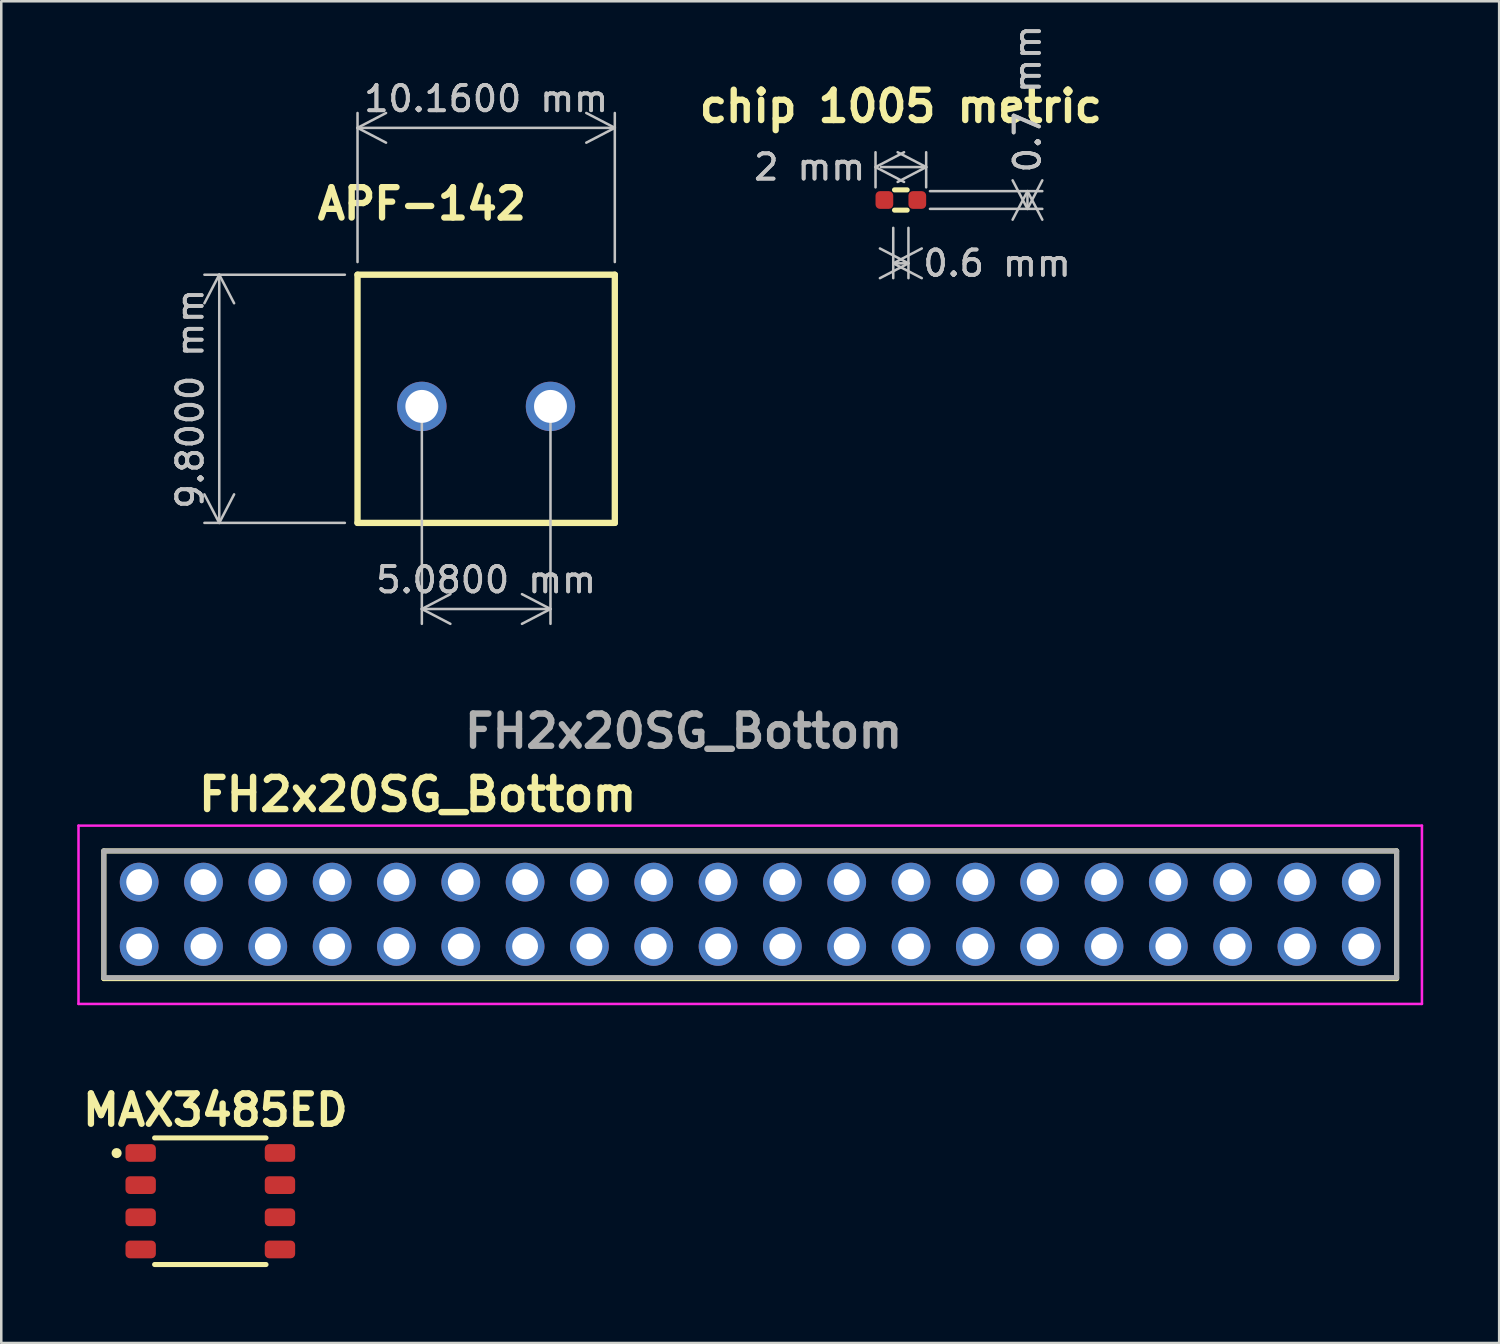
<source format=kicad_pcb>
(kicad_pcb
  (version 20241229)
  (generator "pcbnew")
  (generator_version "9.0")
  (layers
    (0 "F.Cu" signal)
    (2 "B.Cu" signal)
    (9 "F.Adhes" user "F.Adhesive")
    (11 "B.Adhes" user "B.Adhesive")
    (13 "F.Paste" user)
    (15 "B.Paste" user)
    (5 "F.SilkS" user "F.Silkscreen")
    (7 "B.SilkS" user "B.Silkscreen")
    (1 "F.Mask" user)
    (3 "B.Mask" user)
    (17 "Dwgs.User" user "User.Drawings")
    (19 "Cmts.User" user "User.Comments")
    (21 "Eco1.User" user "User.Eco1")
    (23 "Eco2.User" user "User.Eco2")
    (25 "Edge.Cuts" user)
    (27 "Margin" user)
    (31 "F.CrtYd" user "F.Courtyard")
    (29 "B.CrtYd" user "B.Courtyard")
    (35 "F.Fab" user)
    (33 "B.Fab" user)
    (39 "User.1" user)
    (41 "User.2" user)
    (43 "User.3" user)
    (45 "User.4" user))
  (footprint "APF-142"
    (layer "F.Cu")
    (at 13.608 12.998)
    (property "Reference" "APF-142" (at 0 -8 0) (unlocked yes) (layer "F.SilkS") (effects (font (size 1.2 1.2) (thickness 0.25))))
    (attr through_hole)
    (fp_line (start -2.54 -5.2) (end -2.54 4.6) (stroke (width 0.25) (type default)) (layer "F.SilkS"))
    (fp_line (start -2.54 -5.2) (end 7.62 -5.2) (stroke (width 0.25) (type default)) (layer "F.SilkS"))
    (fp_line (start 7.62 -5.2) (end 7.62 4.6) (stroke (width 0.25) (type default)) (layer "F.SilkS"))
    (fp_line (start 7.62 4.6) (end -2.54 4.6) (stroke (width 0.25) (type default)) (layer "F.SilkS"))
    (dimension (type aligned) (layer "Dwgs.User") (pts (xy 13.608 12.998) (xy 18.688 12.998)) (height 8) (format (prefix "") (suffix "") (units 3) (units_format 1) (precision 4)) (style (thickness 0.1) (arrow_length 1.27) (text_position_mode 0) (arrow_direction outward) (extension_height 0.586) (extension_offset 0.5) (keep_text_aligned yes)) (gr_text "5.0800 mm" (at 16.148 19.848 0) (layer "Dwgs.User") (effects (font (size 1 1) (thickness 0.15)))))
    (dimension (type aligned) (layer "Dwgs.User") (pts (xy 11.068 7.798) (xy 11.068 17.598)) (height 5.46) (format (prefix "") (suffix "") (units 3) (units_format 1) (precision 4)) (style (thickness 0.1) (arrow_length 1.27) (text_position_mode 0) (arrow_direction outward) (extension_height 0.586) (extension_offset 0.5) (keep_text_aligned yes)) (gr_text "9.8000 mm" (at 4.458 12.698 90) (layer "Dwgs.User") (effects (font (size 1 1) (thickness 0.15)))))
    (dimension (type aligned) (layer "Dwgs.User") (pts (xy 11.068 7.798) (xy 21.228 7.798)) (height -5.8) (format (prefix "") (suffix "") (units 3) (units_format 1) (precision 4)) (style (thickness 0.1) (arrow_length 1.27) (text_position_mode 0) (arrow_direction outward) (extension_height 0.586) (extension_offset 0.5) (keep_text_aligned yes)) (gr_text "10.1600 mm" (at 16.148 0.848 0) (layer "Dwgs.User") (effects (font (size 1 1) (thickness 0.15)))))
    (pad "1" thru_hole circle (at 0 0) (size 1.95 1.95) (drill 1.3) (layers "*.Cu" "*.Mask"))
    (pad "2" thru_hole circle (at 5.08 0) (size 1.95 1.95) (drill 1.3) (layers "*.Cu" "*.Mask")))
  (footprint "MAX3485ED"
    (layer "F.Cu")
    (at 5.255 44.384)
    (property "Reference" "MAX3485ED" (at 0.2 -3.6 0) (unlocked yes) (layer "F.SilkS") (effects (font (size 1.2 1.2) (thickness 0.25))))
    (attr smd)
    (fp_line (start -2.2 -2.5) (end 2.2 -2.5) (stroke (width 0.2) (type default)) (layer "F.SilkS"))
    (fp_line (start -2.2 2.5) (end 2.2 2.5) (stroke (width 0.2) (type default)) (layer "F.SilkS"))
    (fp_circle (center -3.7 -1.9) (end -3.6 -1.9) (stroke (width 0.2) (type default)) (fill no) (layer "F.SilkS"))
    (pad "1" smd roundrect (at -2.75 -1.905) (size 1.2 0.7) (layers "F.Cu" "F.Mask" "F.Paste") (roundrect_rratio 0.25))
    (pad "2" smd roundrect (at -2.75 -0.635) (size 1.2 0.7) (layers "F.Cu" "F.Mask" "F.Paste") (roundrect_rratio 0.25))
    (pad "3" smd roundrect (at -2.75 0.635) (size 1.2 0.7) (layers "F.Cu" "F.Mask" "F.Paste") (roundrect_rratio 0.25))
    (pad "4" smd roundrect (at -2.75 1.905) (size 1.2 0.7) (layers "F.Cu" "F.Mask" "F.Paste") (roundrect_rratio 0.25))
    (pad "5" smd roundrect (at 2.75 1.905) (size 1.2 0.7) (layers "F.Cu" "F.Mask" "F.Paste") (roundrect_rratio 0.25))
    (pad "6" smd roundrect (at 2.75 0.635) (size 1.2 0.7) (layers "F.Cu" "F.Mask" "F.Paste") (roundrect_rratio 0.25))
    (pad "7" smd roundrect (at 2.75 -0.635) (size 1.2 0.7) (layers "F.Cu" "F.Mask" "F.Paste") (roundrect_rratio 0.25))
    (pad "8" smd roundrect (at 2.75 -1.905) (size 1.2 0.7) (layers "F.Cu" "F.Mask" "F.Paste") (roundrect_rratio 0.25)))
  (footprint "chip 1005 metric"
    (layer "F.Cu")
    (at 32.523 4.848)
    (property "Reference" "chip 1005 metric" (at 0 -3.7 0) (unlocked yes) (layer "F.SilkS") (effects (font (size 1.2 1.2) (thickness 0.25))))
    (attr smd)
    (fp_line (start -0.25 -0.4) (end 0.25 -0.4) (stroke (width 0.2) (type default)) (layer "F.SilkS"))
    (fp_line (start -0.25 0.4) (end 0.25 0.4) (stroke (width 0.2) (type default)) (layer "F.SilkS"))
    (dimension (type orthogonal) (layer "Dwgs.User") (pts (xy 33.173 4.498) (xy 33.173 5.198)) (height 4.35) (orientation 1) (format (prefix "") (suffix "") (units 3) (units_format 1) (precision 4) (suppress_zeroes yes)) (style (thickness 0.1) (arrow_length 1.27) (text_position_mode 2) (arrow_direction outward) (extension_height 0.586) (extension_offset 0.5) (keep_text_aligned yes)) (gr_text "0.7 mm" (at 37.523 0.848 90) (layer "Dwgs.User") (effects (font (size 1 1) (thickness 0.15)))))
    (dimension (type orthogonal) (layer "Dwgs.User") (pts (xy 31.523 4.848) (xy 33.523 4.848)) (height -1.3) (orientation 0) (format (prefix "") (suffix "") (units 3) (units_format 1) (precision 4) (suppress_zeroes yes)) (style (thickness 0.1) (arrow_length 1.27) (text_position_mode 2) (arrow_direction outward) (extension_height 0.586) (extension_offset 0.5) (keep_text_aligned yes)) (gr_text "2 mm" (at 28.923 3.548 0) (layer "Dwgs.User") (effects (font (size 1 1) (thickness 0.15)))))
    (dimension (type orthogonal) (layer "Dwgs.User") (pts (xy 32.223 5.448) (xy 32.823 5.448)) (height 1.9) (orientation 0) (format (prefix "") (suffix "") (units 3) (units_format 1) (precision 4) (suppress_zeroes yes)) (style (thickness 0.1) (arrow_length 1.27) (text_position_mode 2) (arrow_direction outward) (extension_height 0.586) (extension_offset 0.5) (keep_text_aligned yes)) (gr_text "0.6 mm" (at 36.323 7.348 0) (layer "Dwgs.User") (effects (font (size 1 1) (thickness 0.15)))))
    (pad "1" smd roundrect (at -0.65 0) (size 0.7 0.7) (layers "F.Cu" "F.Mask" "F.Paste") (roundrect_rratio 0.25))
    (pad "2" smd roundrect (at 0.65 0) (size 0.7 0.7) (layers "F.Cu" "F.Mask" "F.Paste") (roundrect_rratio 0.25)))
  (footprint "FH2x20SG_Bottom"
    (layer "F.Cu")
    (at 2.445 34.323)
    (property "Reference" "FH2x20SG_Bottom" (at 11 -6 0) (layer "F.SilkS") (effects (font (size 1.27 1.27) (thickness 0.254))))
    (attr through_hole)
    (fp_line (start -1.395 -3.77) (end 49.655 -3.77) (stroke (width 0.2) (type solid)) (layer "F.SilkS"))
    (fp_line (start -1.395 1.27) (end -1.395 -3.77) (stroke (width 0.2) (type solid)) (layer "F.SilkS"))
    (fp_line (start 49.655 -3.77) (end 49.655 1.27) (stroke (width 0.2) (type solid)) (layer "F.SilkS"))
    (fp_line (start 49.655 1.27) (end -1.395 1.27) (stroke (width 0.2) (type solid)) (layer "F.SilkS"))
    (fp_line (start -2.395 -4.77) (end 50.655 -4.77) (stroke (width 0.1) (type solid)) (layer "F.CrtYd"))
    (fp_line (start -2.395 2.27) (end -2.395 -4.77) (stroke (width 0.1) (type solid)) (layer "F.CrtYd"))
    (fp_line (start 50.655 -4.77) (end 50.655 2.27) (stroke (width 0.1) (type solid)) (layer "F.CrtYd"))
    (fp_line (start 50.655 2.27) (end -2.395 2.27) (stroke (width 0.1) (type solid)) (layer "F.CrtYd"))
    (fp_line (start -1.395 -3.77) (end 49.655 -3.77) (stroke (width 0.2) (type solid)) (layer "F.Fab"))
    (fp_line (start -1.395 1.23) (end -1.395 -3.77) (stroke (width 0.2) (type solid)) (layer "F.Fab"))
    (fp_line (start 49.655 -3.77) (end 49.655 1.23) (stroke (width 0.2) (type solid)) (layer "F.Fab"))
    (fp_line (start 49.655 1.23) (end -1.395 1.23) (stroke (width 0.2) (type solid)) (layer "F.Fab"))
    (fp_text user "${REFERENCE}" (at 21.5 -8.5 0) (layer "F.Fab") (effects (font (size 1.27 1.27) (thickness 0.254))))
    (pad "1" thru_hole circle (at 0 -2.54) (size 1.53 1.53) (drill 1.02) (layers "*.Cu" "*.Mask"))
    (pad "2" thru_hole circle (at 0 0) (size 1.53 1.53) (drill 1.02) (layers "*.Cu" "*.Mask"))
    (pad "3" thru_hole circle (at 2.54 -2.54) (size 1.53 1.53) (drill 1.02) (layers "*.Cu" "*.Mask"))
    (pad "4" thru_hole circle (at 2.54 0) (size 1.53 1.53) (drill 1.02) (layers "*.Cu" "*.Mask"))
    (pad "5" thru_hole circle (at 5.08 -2.54) (size 1.53 1.53) (drill 1.02) (layers "*.Cu" "*.Mask"))
    (pad "6" thru_hole circle (at 5.08 0) (size 1.53 1.53) (drill 1.02) (layers "*.Cu" "*.Mask"))
    (pad "7" thru_hole circle (at 7.62 -2.54) (size 1.53 1.53) (drill 1.02) (layers "*.Cu" "*.Mask"))
    (pad "8" thru_hole circle (at 7.62 0) (size 1.53 1.53) (drill 1.02) (layers "*.Cu" "*.Mask"))
    (pad "9" thru_hole circle (at 10.16 -2.54) (size 1.53 1.53) (drill 1.02) (layers "*.Cu" "*.Mask"))
    (pad "10" thru_hole circle (at 10.16 0) (size 1.53 1.53) (drill 1.02) (layers "*.Cu" "*.Mask"))
    (pad "11" thru_hole circle (at 12.7 -2.54) (size 1.53 1.53) (drill 1.02) (layers "*.Cu" "*.Mask"))
    (pad "12" thru_hole circle (at 12.7 0) (size 1.53 1.53) (drill 1.02) (layers "*.Cu" "*.Mask"))
    (pad "13" thru_hole circle (at 15.24 -2.54) (size 1.53 1.53) (drill 1.02) (layers "*.Cu" "*.Mask"))
    (pad "14" thru_hole circle (at 15.24 0) (size 1.53 1.53) (drill 1.02) (layers "*.Cu" "*.Mask"))
    (pad "15" thru_hole circle (at 17.78 -2.54) (size 1.53 1.53) (drill 1.02) (layers "*.Cu" "*.Mask"))
    (pad "16" thru_hole circle (at 17.78 0) (size 1.53 1.53) (drill 1.02) (layers "*.Cu" "*.Mask"))
    (pad "17" thru_hole circle (at 20.32 -2.54) (size 1.53 1.53) (drill 1.02) (layers "*.Cu" "*.Mask"))
    (pad "18" thru_hole circle (at 20.32 0) (size 1.53 1.53) (drill 1.02) (layers "*.Cu" "*.Mask"))
    (pad "19" thru_hole circle (at 22.86 -2.54) (size 1.53 1.53) (drill 1.02) (layers "*.Cu" "*.Mask"))
    (pad "20" thru_hole circle (at 22.86 0) (size 1.53 1.53) (drill 1.02) (layers "*.Cu" "*.Mask"))
    (pad "21" thru_hole circle (at 25.4 -2.54) (size 1.53 1.53) (drill 1.02) (layers "*.Cu" "*.Mask"))
    (pad "22" thru_hole circle (at 25.4 0) (size 1.53 1.53) (drill 1.02) (layers "*.Cu" "*.Mask"))
    (pad "23" thru_hole circle (at 27.94 -2.54) (size 1.53 1.53) (drill 1.02) (layers "*.Cu" "*.Mask"))
    (pad "24" thru_hole circle (at 27.94 0) (size 1.53 1.53) (drill 1.02) (layers "*.Cu" "*.Mask"))
    (pad "25" thru_hole circle (at 30.48 -2.54) (size 1.53 1.53) (drill 1.02) (layers "*.Cu" "*.Mask"))
    (pad "26" thru_hole circle (at 30.48 0) (size 1.53 1.53) (drill 1.02) (layers "*.Cu" "*.Mask"))
    (pad "27" thru_hole circle (at 33.02 -2.54) (size 1.53 1.53) (drill 1.02) (layers "*.Cu" "*.Mask"))
    (pad "28" thru_hole circle (at 33.02 0) (size 1.53 1.53) (drill 1.02) (layers "*.Cu" "*.Mask"))
    (pad "29" thru_hole circle (at 35.56 -2.54) (size 1.53 1.53) (drill 1.02) (layers "*.Cu" "*.Mask"))
    (pad "30" thru_hole circle (at 35.56 0) (size 1.53 1.53) (drill 1.02) (layers "*.Cu" "*.Mask"))
    (pad "31" thru_hole circle (at 38.1 -2.54) (size 1.53 1.53) (drill 1.02) (layers "*.Cu" "*.Mask"))
    (pad "32" thru_hole circle (at 38.1 0) (size 1.53 1.53) (drill 1.02) (layers "*.Cu" "*.Mask"))
    (pad "33" thru_hole circle (at 40.64 -2.54) (size 1.53 1.53) (drill 1.02) (layers "*.Cu" "*.Mask"))
    (pad "34" thru_hole circle (at 40.64 0) (size 1.53 1.53) (drill 1.02) (layers "*.Cu" "*.Mask"))
    (pad "35" thru_hole circle (at 43.18 -2.54) (size 1.53 1.53) (drill 1.02) (layers "*.Cu" "*.Mask"))
    (pad "36" thru_hole circle (at 43.18 0) (size 1.53 1.53) (drill 1.02) (layers "*.Cu" "*.Mask"))
    (pad "37" thru_hole circle (at 45.72 -2.54) (size 1.53 1.53) (drill 1.02) (layers "*.Cu" "*.Mask"))
    (pad "38" thru_hole circle (at 45.72 0) (size 1.53 1.53) (drill 1.02) (layers "*.Cu" "*.Mask"))
    (pad "39" thru_hole circle (at 48.26 -2.54) (size 1.53 1.53) (drill 1.02) (layers "*.Cu" "*.Mask"))
    (pad "40" thru_hole circle (at 48.26 0) (size 1.53 1.53) (drill 1.02) (layers "*.Cu" "*.Mask")))
  (gr_rect
    (start -3 -3)
    (end 56.15 49.984)
    (stroke (width 0.1) (type default))
    (fill no)
    (layer "Edge.Cuts")))
</source>
